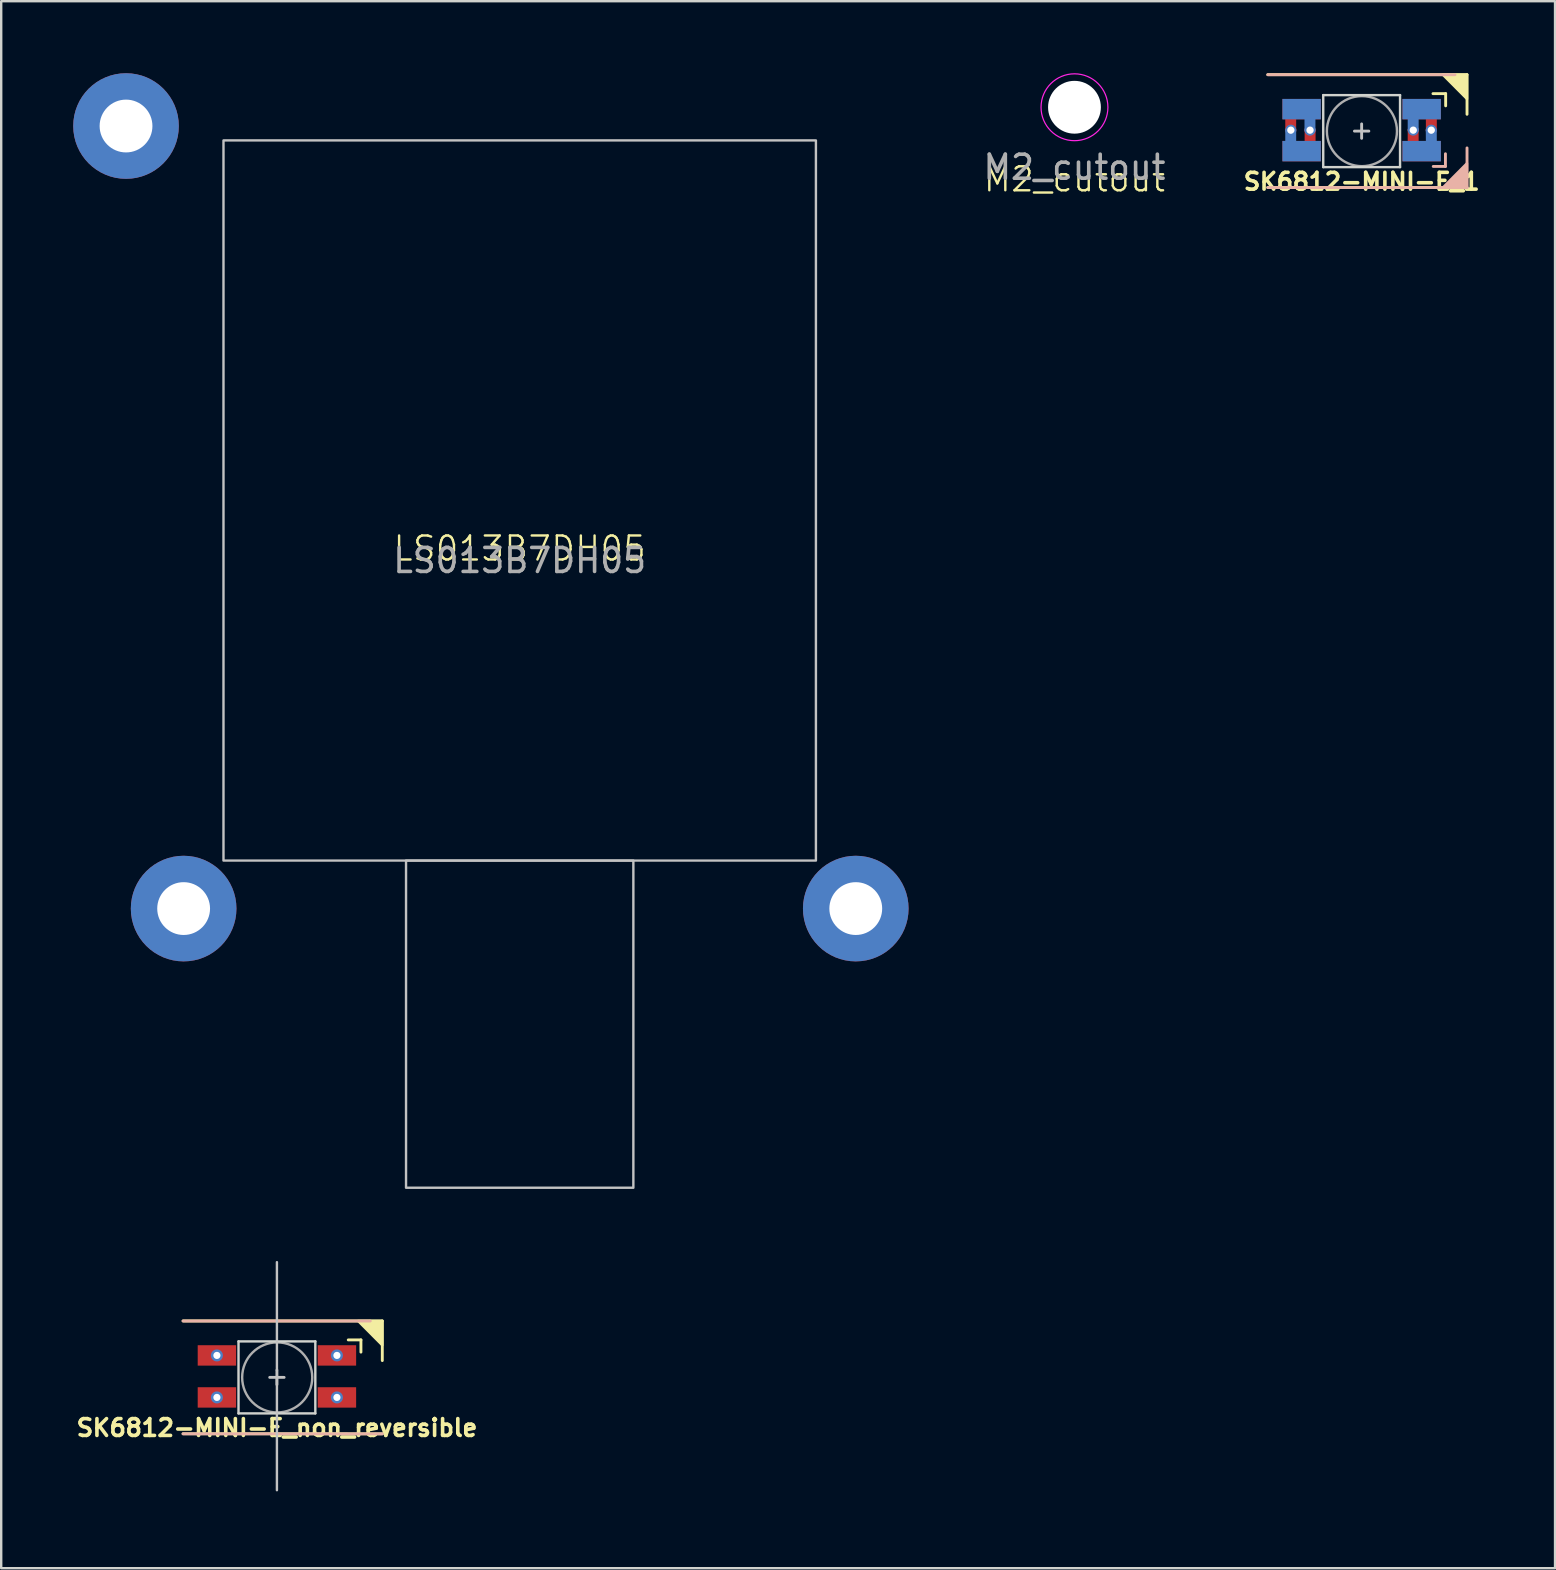
<source format=kicad_pcb>
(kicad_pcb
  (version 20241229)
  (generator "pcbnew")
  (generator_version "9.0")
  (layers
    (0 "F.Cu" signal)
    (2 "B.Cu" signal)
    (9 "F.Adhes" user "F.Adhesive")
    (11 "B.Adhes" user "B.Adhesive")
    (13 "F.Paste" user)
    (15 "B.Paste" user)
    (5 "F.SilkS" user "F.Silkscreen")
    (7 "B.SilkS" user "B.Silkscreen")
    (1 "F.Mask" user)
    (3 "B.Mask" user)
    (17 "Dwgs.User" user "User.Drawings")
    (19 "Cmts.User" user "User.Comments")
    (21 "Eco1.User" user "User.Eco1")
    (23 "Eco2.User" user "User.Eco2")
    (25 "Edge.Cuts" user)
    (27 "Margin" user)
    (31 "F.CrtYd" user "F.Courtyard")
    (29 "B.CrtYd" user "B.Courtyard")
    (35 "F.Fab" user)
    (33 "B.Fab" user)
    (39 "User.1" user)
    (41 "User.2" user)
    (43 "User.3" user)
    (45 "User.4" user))
  (footprint "LS013B7DH05"
    (layer "F.Cu")
    (at 18.6 20.3)
    (property "Reference" "LS013B7DH05" (at 0 -0.5 0) (unlocked yes) (layer "F.SilkS") (effects (font (size 1 1) (thickness 0.1))))
    (fp_rect (start -12.34 -17.5) (end 12.34 12.5) (stroke (width 0.1) (type default)) (fill no) (layer "Dwgs.User"))
    (fp_rect (start -4.735 12.5) (end 4.735 26.13) (stroke (width 0.1) (type default)) (fill no) (layer "Dwgs.User"))
    (fp_text user "${REFERENCE}" (at 0 0 0) (unlocked yes) (layer "F.Fab") (effects (font (size 1 1) (thickness 0.15))))
    (pad "1" thru_hole circle (at -14 14.5) (size 4.4 4.4) (drill 2.2) (layers "*.Cu" "*.Mask"))
    (pad "2" thru_hole circle (at 14 14.5) (size 4.4 4.4) (drill 2.2) (layers "*.Cu" "*.Mask"))
    (pad "3" thru_hole circle (at -16.4 -18.1) (size 4.4 4.4) (drill 2.2) (layers "*.Cu" "*.Mask")))
  (footprint "SK6812-MINI-E_1"
    (layer "F.Cu")
    (at 53.676 2.413)
    (property "Reference" "SK6812-MINI-E_1" (at 0 2.1 0) (unlocked yes) (layer "F.SilkS") (effects (font (size 0.7 0.7) (thickness 0.15))))
    (attr through_hole)
    (fp_poly (pts (xy -3.252 -1.291) (xy -1.752 -1.291) (xy -1.752 -0.541) (xy -3.252 -0.541)) (stroke (width 0.1) (type solid)) (fill yes) (layer "F.Mask"))
    (fp_poly (pts (xy -3.252 0.459) (xy -1.752 0.459) (xy -1.752 1.209) (xy -3.252 1.209)) (stroke (width 0.1) (type solid)) (fill yes) (layer "F.Mask"))
    (fp_poly (pts (xy 1.748 0.459) (xy 3.248 0.459) (xy 3.248 1.209) (xy 1.748 1.209)) (stroke (width 0.1) (type solid)) (fill yes) (layer "F.Mask"))
    (fp_poly (pts (xy 1.748 -1.291) (xy 2.848 -1.291) (xy 3.248 -0.891) (xy 3.248 -0.541) (xy 1.748 -0.541)) (stroke (width 0.1) (type solid)) (fill yes) (layer "F.Mask"))
    (fp_poly (pts (xy -3.252 -1.291) (xy -1.752 -1.291) (xy -1.752 -0.541) (xy -3.252 -0.541)) (stroke (width 0.1) (type solid)) (fill yes) (layer "B.Mask"))
    (fp_poly (pts (xy -3.252 0.459) (xy -1.752 0.459) (xy -1.752 1.209) (xy -3.252 1.209)) (stroke (width 0.1) (type solid)) (fill yes) (layer "B.Mask"))
    (fp_poly (pts (xy 1.748 -1.291) (xy 3.248 -1.291) (xy 3.248 -0.541) (xy 1.748 -0.541)) (stroke (width 0.1) (type solid)) (fill yes) (layer "B.Mask"))
    (fp_poly (pts (xy 1.748 0.459) (xy 3.248 0.459) (xy 3.248 0.784) (xy 2.848 1.209) (xy 1.748 1.209)) (stroke (width 0.1) (type solid)) (fill yes) (layer "B.Mask"))
    (fp_line (start -3.912 -2.353) (end 4.388 -2.353) (stroke (width 0.12) (type solid)) (layer "F.SilkS"))
    (fp_line (start 3.498 -1.562) (end 2.97 -1.562) (stroke (width 0.12) (type solid)) (layer "F.SilkS"))
    (fp_line (start 3.498 -1.054) (end 3.498 -1.562) (stroke (width 0.12) (type solid)) (layer "F.SilkS"))
    (fp_line (start 4.388 -2.353) (end 4.388 -0.702) (stroke (width 0.12) (type solid)) (layer "F.SilkS"))
    (fp_line (start 4.388 2.35) (end -3.912 2.347) (stroke (width 0.12) (type solid)) (layer "F.SilkS"))
    (fp_poly (pts (xy 3.38 -2.35) (xy 4.388 -2.353) (xy 4.388 -1.337)) (stroke (width 0.1) (type solid)) (fill yes) (layer "F.SilkS"))
    (fp_line (start -3.912 2.35) (end 4.388 2.35) (stroke (width 0.12) (type solid)) (layer "B.SilkS"))
    (fp_line (start 2.981 1.47) (end 3.489 1.47) (stroke (width 0.12) (type solid)) (layer "B.SilkS"))
    (fp_line (start 3.489 1.47) (end 3.489 0.942) (stroke (width 0.12) (type solid)) (layer "B.SilkS"))
    (fp_line (start 3.888 -2.35) (end -3.912 -2.35) (stroke (width 0.12) (type solid)) (layer "B.SilkS"))
    (fp_line (start 4.388 2.35) (end 4.388 0.699) (stroke (width 0.12) (type solid)) (layer "B.SilkS"))
    (fp_poly (pts (xy 4.388 1.334) (xy 4.388 2.35) (xy 3.38 2.35)) (stroke (width 0.1) (type solid)) (fill yes) (layer "B.SilkS"))
    (fp_line (start -0.302 -0.001) (end 0.298 -0.001) (stroke (width 0.12) (type solid)) (layer "Dwgs.User"))
    (fp_line (start -0.002 0.299) (end -0.002 -0.301) (stroke (width 0.12) (type solid)) (layer "Dwgs.User"))
    (fp_line (start -1.602 -1.501) (end -1.602 1.499) (stroke (width 0.1) (type solid)) (layer "Edge.Cuts"))
    (fp_line (start -1.602 -1.501) (end 1.598 -1.501) (stroke (width 0.1) (type solid)) (layer "Edge.Cuts"))
    (fp_line (start -1.602 1.499) (end 1.598 1.499) (stroke (width 0.1) (type solid)) (layer "Edge.Cuts"))
    (fp_line (start 1.598 1.499) (end 1.598 -1.501) (stroke (width 0.1) (type solid)) (layer "Edge.Cuts"))
    (fp_circle (center 0.01 0) (end 0.062 -1.459) (stroke (width 0.1) (type solid)) (fill no) (layer "F.Fab"))
    (pad "1" smd custom (at -2.502 -0.916) (size 1.6 0.85) (layers "B.Cu") (options (anchor rect)) (primitives (gr_poly (pts (xy 0.525 0.896) (xy 0.169 0.896) (xy 0.169 0.325) (xy 0.525 0.325)) (width 0.1) (fill yes))))
    (pad "1" smd custom (at -2.502 0.834) (size 1.6 0.85) (layers "F.Cu") (options (anchor rect)) (primitives (gr_poly (pts (xy 0.531 -0.275) (xy 0.175 -0.275) (xy 0.175 -0.898) (xy 0.531 -0.898)) (width 0.1) (fill yes))))
    (pad "1" thru_hole circle (at -2.152 -0.041 180) (size 0.457 0.457) (drill 0.305) (layers "*.Cu"))
    (pad "2" thru_hole circle (at -2.952 -0.041 180) (size 0.457 0.457) (drill 0.305) (layers "*.Cu"))
    (pad "2" smd custom (at -2.502 -0.916 180) (size 1.6 0.85) (layers "F.Cu") (options (anchor rect)) (primitives (gr_poly (pts (xy 0.632 -0.296) (xy 0.277 -0.296) (xy 0.277 -0.869) (xy 0.632 -0.869)) (width 0.1) (fill yes))))
    (pad "2" smd custom (at -2.502 0.834 180) (size 1.6 0.85) (layers "B.Cu") (options (anchor rect)) (primitives (gr_poly (pts (xy 0.632 0.888) (xy 0.277 0.888) (xy 0.277 0.325) (xy 0.632 0.325)) (width 0.1) (fill yes))))
    (pad "3" smd custom (at 2.498 -0.916 180) (size 1.6 0.85) (layers "F.Cu") (options (anchor rect)) (primitives (gr_poly (pts (xy -0.226 -0.354) (xy -0.582 -0.354) (xy -0.582 -0.887) (xy -0.226 -0.887)) (width 0.1) (fill yes))))
    (pad "3" smd custom (at 2.498 0.834 180) (size 1.6 0.85) (layers "B.Cu") (options (anchor rect)) (primitives (gr_poly (pts (xy -0.222 0.888) (xy -0.578 0.888) (xy -0.582 0.325) (xy -0.226 0.325)) (width 0.1) (fill yes))))
    (pad "3" thru_hole circle (at 2.898 -0.041 180) (size 0.457 0.457) (drill 0.305) (layers "*.Cu"))
    (pad "4" thru_hole circle (at 2.148 -0.041 180) (size 0.457 0.457) (drill 0.305) (layers "*.Cu"))
    (pad "4" smd custom (at 2.498 -0.916) (size 1.6 0.85) (layers "B.Cu") (options (anchor rect)) (primitives (gr_poly (pts (xy -0.175 0.886) (xy -0.531 0.886) (xy -0.531 0.175) (xy -0.175 0.175)) (width 0.1) (fill yes))))
    (pad "4" smd custom (at 2.498 0.834) (size 1.6 0.85) (layers "F.Cu") (options (anchor rect)) (primitives (gr_poly (pts (xy -0.175 -0.175) (xy -0.531 -0.178) (xy -0.531 -0.903) (xy -0.175 -0.906)) (width 0.1) (fill yes)))))
  (footprint "SK6812-MINI-E_non_reversible"
    (layer "F.Cu")
    (at 8.486 59.03)
    (property "Reference" "SK6812-MINI-E_non_reversible" (at 0.002 -2.599 0) (unlocked yes) (layer "F.SilkS") (effects (font (size 0.7 0.7) (thickness 0.15))))
    (attr through_hole)
    (fp_poly (pts (xy -3.25 -5.99) (xy -1.75 -5.99) (xy -1.75 -5.24) (xy -3.25 -5.24)) (stroke (width 0.1) (type solid)) (fill yes) (layer "F.Mask"))
    (fp_poly (pts (xy -3.25 -4.24) (xy -1.75 -4.24) (xy -1.75 -3.49) (xy -3.25 -3.49)) (stroke (width 0.1) (type solid)) (fill yes) (layer "F.Mask"))
    (fp_poly (pts (xy 1.75 -4.24) (xy 3.25 -4.24) (xy 3.25 -3.49) (xy 1.75 -3.49)) (stroke (width 0.1) (type solid)) (fill yes) (layer "F.Mask"))
    (fp_poly (pts (xy 1.75 -5.99) (xy 2.85 -5.99) (xy 3.25 -5.59) (xy 3.25 -5.24) (xy 1.75 -5.24)) (stroke (width 0.1) (type solid)) (fill yes) (layer "F.Mask"))
    (fp_line (start -3.91 -7.052) (end 4.39 -7.052) (stroke (width 0.12) (type solid)) (layer "F.SilkS"))
    (fp_line (start 3.5 -6.261) (end 2.972 -6.261) (stroke (width 0.12) (type solid)) (layer "F.SilkS"))
    (fp_line (start 3.5 -5.753) (end 3.5 -6.261) (stroke (width 0.12) (type solid)) (layer "F.SilkS"))
    (fp_line (start 4.39 -7.052) (end 4.39 -5.401) (stroke (width 0.12) (type solid)) (layer "F.SilkS"))
    (fp_line (start 4.39 -2.349) (end -3.91 -2.352) (stroke (width 0.12) (type solid)) (layer "F.SilkS"))
    (fp_poly (pts (xy 3.382 -7.049) (xy 4.39 -7.052) (xy 4.39 -6.036)) (stroke (width 0.1) (type solid)) (fill yes) (layer "F.SilkS"))
    (fp_line (start -3.91 -2.349) (end 4.39 -2.349) (stroke (width 0.12) (type solid)) (layer "B.SilkS"))
    (fp_line (start 3.89 -7.049) (end -3.91 -7.049) (stroke (width 0.12) (type solid)) (layer "B.SilkS"))
    (fp_line (start -0.3 -4.7) (end 0.3 -4.7) (stroke (width 0.12) (type solid)) (layer "Dwgs.User"))
    (fp_line (start 0 -9.5) (end 0 -5) (stroke (width 0.1) (type default)) (layer "Dwgs.User"))
    (fp_line (start 0 -4.7) (end 0 0) (stroke (width 0.1) (type default)) (layer "Dwgs.User"))
    (fp_line (start 0 -4.4) (end 0 -5) (stroke (width 0.12) (type solid)) (layer "Dwgs.User"))
    (fp_line (start -1.6 -6.2) (end -1.6 -3.2) (stroke (width 0.1) (type solid)) (layer "Edge.Cuts"))
    (fp_line (start -1.6 -6.2) (end 1.6 -6.2) (stroke (width 0.1) (type solid)) (layer "Edge.Cuts"))
    (fp_line (start -1.6 -3.2) (end 1.6 -3.2) (stroke (width 0.1) (type solid)) (layer "Edge.Cuts"))
    (fp_line (start 1.6 -3.2) (end 1.6 -6.2) (stroke (width 0.1) (type solid)) (layer "Edge.Cuts"))
    (fp_circle (center 0.012 -4.699) (end 0.064 -6.158) (stroke (width 0.1) (type solid)) (fill no) (layer "F.Fab"))
    (pad "1" thru_hole circle (at -2.5 -3.865) (size 0.5 0.5) (drill 0.3) (layers "*.Cu" "*.Mask"))
    (pad "1" smd rect (at -2.5 -3.865) (size 1.6 0.85) (layers "F.Cu"))
    (pad "2" thru_hole circle (at -2.5 -5.615) (size 0.5 0.5) (drill 0.3) (layers "*.Cu" "*.Mask"))
    (pad "2" smd rect (at -2.5 -5.615 180) (size 1.6 0.85) (layers "F.Cu"))
    (pad "3" thru_hole circle (at 2.5 -5.615) (size 0.5 0.5) (drill 0.3) (layers "*.Cu" "*.Mask"))
    (pad "3" smd rect (at 2.5 -5.615 180) (size 1.6 0.85) (layers "F.Cu"))
    (pad "4" thru_hole circle (at 2.5 -3.865) (size 0.5 0.5) (drill 0.3) (layers "*.Cu" "*.Mask"))
    (pad "4" smd rect (at 2.5 -3.865) (size 1.6 0.85) (layers "F.Cu")))
  (footprint "M2_cutout"
    (layer "F.Cu")
    (at 41.711 1.418)
    (property "Reference" "M2_cutout" (at 0 3 0) (unlocked yes) (layer "F.SilkS") (effects (font (size 1 1) (thickness 0.1))))
    (attr smd)
    (fp_circle (center 0 0) (end 1.3 0.5) (stroke (width 0.05) (type default)) (fill no) (layer "F.CrtYd"))
    (fp_text user "${REFERENCE}" (at 0 2.5 0) (unlocked yes) (layer "F.Fab") (effects (font (size 1 1) (thickness 0.15))))
    (pad "" np_thru_hole circle (at 0 0) (size 2.2 2.2) (drill 2.2) (layers "*.Cu" "*.Mask")))
  (gr_rect
    (start -3 -3)
    (end 61.731 62.28)
    (stroke (width 0.1) (type default))
    (fill no)
    (layer "Edge.Cuts")))
</source>
